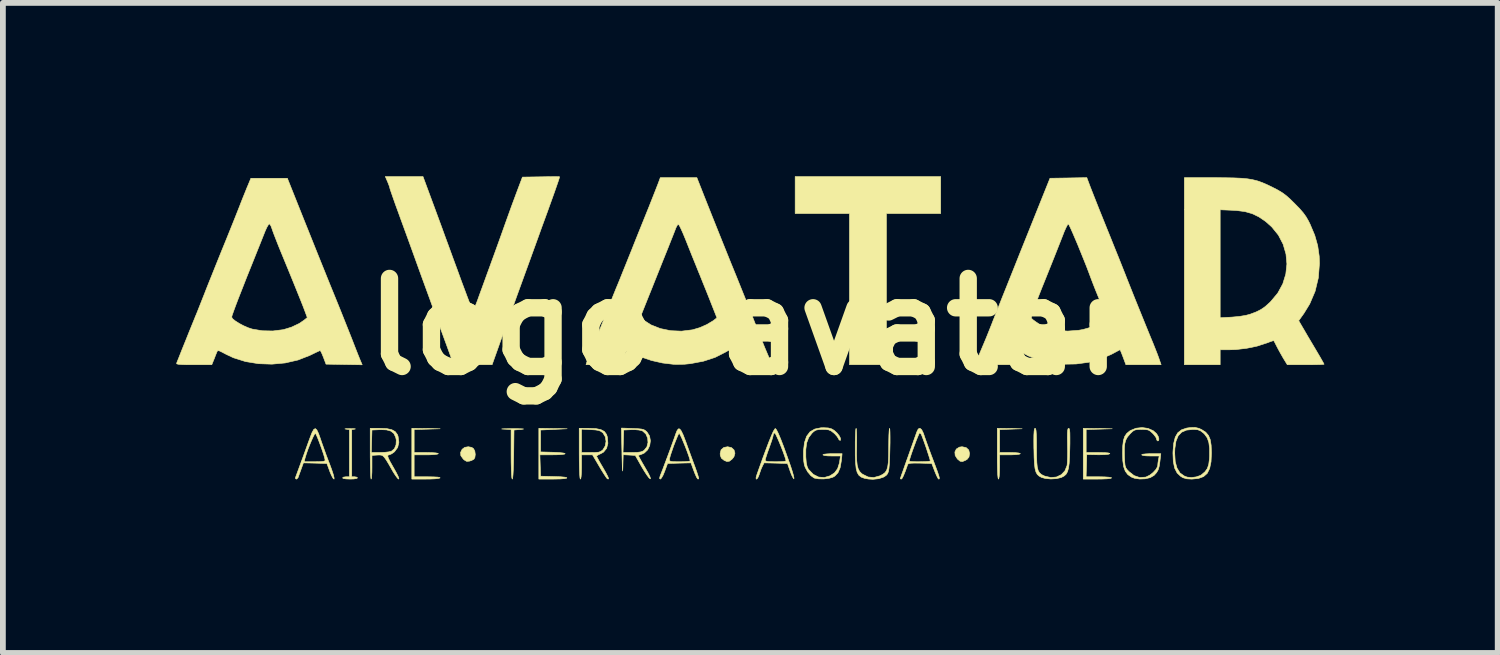
<source format=kicad_pcb>
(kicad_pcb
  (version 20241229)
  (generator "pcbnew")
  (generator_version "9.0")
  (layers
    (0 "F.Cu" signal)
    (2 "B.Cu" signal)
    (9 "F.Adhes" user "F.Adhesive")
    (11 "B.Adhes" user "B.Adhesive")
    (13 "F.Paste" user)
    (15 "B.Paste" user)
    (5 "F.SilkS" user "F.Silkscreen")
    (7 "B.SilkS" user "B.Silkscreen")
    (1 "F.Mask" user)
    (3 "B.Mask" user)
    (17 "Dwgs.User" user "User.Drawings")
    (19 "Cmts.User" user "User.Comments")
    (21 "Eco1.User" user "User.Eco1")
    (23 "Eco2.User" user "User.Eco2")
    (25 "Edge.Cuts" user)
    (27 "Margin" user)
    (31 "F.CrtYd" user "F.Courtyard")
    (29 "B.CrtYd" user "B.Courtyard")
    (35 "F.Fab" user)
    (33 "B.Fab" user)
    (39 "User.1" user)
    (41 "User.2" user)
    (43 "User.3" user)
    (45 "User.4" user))
  (footprint "logo avatar"
    (layer "F.Cu")
    (at 9.932 2.603)
    (property "Reference" "logo avatar" (at 0 0 0) (layer "F.SilkS") (effects (font (size 1.524 1.524) (thickness 0.3))))
    (attr through_hole)
    (fp_poly (pts (xy 3.297 -1.958) (xy 2.358 -1.958) (xy 2.358 0.659) (xy 1.719 0.659) (xy 1.719 -1.958) (xy 0.779 -1.958) (xy 0.779 -2.598) (xy 3.297 -2.598) (xy 3.297 -1.958)) (stroke (width 0.01) (type solid)) (fill yes) (layer "F.SilkS"))
    (fp_poly (pts (xy -0.322 2.094) (xy -0.279 2.134) (xy -0.263 2.19) (xy -0.28 2.251) (xy -0.309 2.289) (xy -0.358 2.328) (xy -0.402 2.334) (xy -0.45 2.314) (xy -0.498 2.276) (xy -0.517 2.226) (xy -0.519 2.195) (xy -0.503 2.131) (xy -0.456 2.091) (xy -0.389 2.078) (xy -0.322 2.094)) (stroke (width 0.01) (type solid)) (fill yes) (layer "F.SilkS"))
    (fp_poly (pts (xy 3.738 2.093) (xy 3.783 2.135) (xy 3.797 2.195) (xy 3.787 2.256) (xy 3.754 2.297) (xy 3.723 2.315) (xy 3.673 2.335) (xy 3.634 2.329) (xy 3.59 2.293) (xy 3.586 2.289) (xy 3.548 2.229) (xy 3.543 2.169) (xy 3.568 2.118) (xy 3.621 2.085) (xy 3.667 2.078) (xy 3.738 2.093)) (stroke (width 0.01) (type solid)) (fill yes) (layer "F.SilkS"))
    (fp_poly (pts (xy -4.818 2.09) (xy -4.788 2.11) (xy -4.765 2.153) (xy -4.757 2.211) (xy -4.764 2.265) (xy -4.781 2.294) (xy -4.819 2.315) (xy -4.86 2.328) (xy -4.907 2.331) (xy -4.949 2.306) (xy -4.965 2.291) (xy -5.007 2.233) (xy -5.011 2.176) (xy -4.985 2.123) (xy -4.94 2.089) (xy -4.878 2.078) (xy -4.818 2.09)) (stroke (width 0.01) (type solid)) (fill yes) (layer "F.SilkS"))
    (fp_poly (pts (xy -4.014 1.766) (xy -3.948 1.768) (xy -3.921 1.771) (xy -3.932 1.774) (xy -3.957 1.777) (xy -4.087 1.789) (xy -4.092 2.213) (xy -4.095 2.358) (xy -4.099 2.477) (xy -4.104 2.565) (xy -4.11 2.62) (xy -4.117 2.638) (xy -4.124 2.618) (xy -4.129 2.562) (xy -4.133 2.471) (xy -4.136 2.349) (xy -4.137 2.209) (xy -4.137 1.78) (xy -4.272 1.773) (xy -4.3 1.771) (xy -4.292 1.769) (xy -4.25 1.767) (xy -4.178 1.766) (xy -4.117 1.766) (xy -4.014 1.766)) (stroke (width 0.01) (type solid)) (fill yes) (layer "F.SilkS"))
    (fp_poly (pts (xy -6.865 1.766) (xy -6.833 1.768) (xy -6.835 1.772) (xy -6.84 1.773) (xy -6.895 1.781) (xy -6.895 2.598) (xy -6.845 2.598) (xy -6.807 2.605) (xy -6.795 2.618) (xy -6.813 2.628) (xy -6.862 2.636) (xy -6.925 2.638) (xy -6.992 2.635) (xy -7.039 2.628) (xy -7.054 2.618) (xy -7.037 2.604) (xy -6.995 2.598) (xy -6.994 2.598) (xy -6.935 2.598) (xy -6.935 1.781) (xy -6.999 1.773) (xy -7.013 1.769) (xy -6.992 1.766) (xy -6.94 1.765) (xy -6.925 1.765) (xy -6.865 1.766)) (stroke (width 0.01) (type solid)) (fill yes) (layer "F.SilkS"))
    (fp_poly (pts (xy -5.366 1.767) (xy -5.591 1.774) (xy -5.815 1.78) (xy -5.815 2.178) (xy -5.606 2.178) (xy -5.51 2.18) (xy -5.44 2.185) (xy -5.401 2.193) (xy -5.396 2.198) (xy -5.415 2.207) (xy -5.468 2.214) (xy -5.551 2.218) (xy -5.606 2.218) (xy -5.815 2.218) (xy -5.815 2.598) (xy -5.584 2.598) (xy -5.477 2.6) (xy -5.404 2.604) (xy -5.369 2.612) (xy -5.366 2.618) (xy -5.39 2.626) (xy -5.447 2.633) (xy -5.53 2.637) (xy -5.617 2.638) (xy -5.855 2.638) (xy -5.855 1.759) (xy -5.366 1.767)) (stroke (width 0.01) (type solid)) (fill yes) (layer "F.SilkS"))
    (fp_poly (pts (xy -3.412 1.763) (xy -3.168 1.767) (xy -3.627 1.789) (xy -3.627 2.168) (xy -3.412 2.174) (xy -3.303 2.179) (xy -3.232 2.187) (xy -3.202 2.196) (xy -3.21 2.205) (xy -3.258 2.213) (xy -3.344 2.217) (xy -3.418 2.218) (xy -3.639 2.218) (xy -3.633 2.403) (xy -3.627 2.588) (xy -3.392 2.594) (xy -3.279 2.598) (xy -3.207 2.605) (xy -3.172 2.614) (xy -3.175 2.622) (xy -3.216 2.63) (xy -3.293 2.636) (xy -3.405 2.638) (xy -3.418 2.638) (xy -3.657 2.638) (xy -3.657 1.759) (xy -3.412 1.763)) (stroke (width 0.01) (type solid)) (fill yes) (layer "F.SilkS"))
    (fp_poly (pts (xy 4.491 1.763) (xy 4.706 1.767) (xy 4.511 1.774) (xy 4.317 1.78) (xy 4.317 2.178) (xy 4.496 2.178) (xy 4.583 2.18) (xy 4.644 2.186) (xy 4.674 2.195) (xy 4.676 2.198) (xy 4.657 2.208) (xy 4.605 2.215) (xy 4.526 2.218) (xy 4.496 2.218) (xy 4.317 2.218) (xy 4.317 2.428) (xy 4.315 2.524) (xy 4.31 2.594) (xy 4.302 2.632) (xy 4.297 2.638) (xy 4.29 2.618) (xy 4.284 2.561) (xy 4.28 2.467) (xy 4.277 2.34) (xy 4.277 2.198) (xy 4.277 1.759) (xy 4.491 1.763)) (stroke (width 0.01) (type solid)) (fill yes) (layer "F.SilkS"))
    (fp_poly (pts (xy 6.015 1.763) (xy 6.265 1.767) (xy 6.04 1.774) (xy 5.815 1.78) (xy 5.815 2.178) (xy 6.026 2.178) (xy 6.131 2.18) (xy 6.196 2.185) (xy 6.224 2.194) (xy 6.224 2.199) (xy 6.198 2.209) (xy 6.138 2.215) (xy 6.049 2.217) (xy 6.018 2.217) (xy 5.825 2.213) (xy 5.82 2.405) (xy 5.814 2.598) (xy 6.035 2.598) (xy 6.134 2.6) (xy 6.207 2.605) (xy 6.248 2.612) (xy 6.255 2.618) (xy 6.236 2.627) (xy 6.181 2.633) (xy 6.095 2.637) (xy 6.01 2.638) (xy 5.765 2.638) (xy 5.765 1.759) (xy 6.015 1.763)) (stroke (width 0.01) (type solid)) (fill yes) (layer "F.SilkS"))
    (fp_poly (pts (xy -2.034 1.762) (xy -1.943 1.766) (xy -1.882 1.772) (xy -1.841 1.782) (xy -1.812 1.799) (xy -1.785 1.823) (xy -1.741 1.892) (xy -1.726 1.974) (xy -1.738 2.057) (xy -1.774 2.132) (xy -1.832 2.187) (xy -1.87 2.205) (xy -1.913 2.22) (xy -1.935 2.229) (xy -1.935 2.229) (xy -1.927 2.247) (xy -1.903 2.292) (xy -1.866 2.358) (xy -1.82 2.437) (xy -1.767 2.529) (xy -1.735 2.594) (xy -1.724 2.629) (xy -1.73 2.634) (xy -1.752 2.615) (xy -1.787 2.568) (xy -1.831 2.501) (xy -1.875 2.428) (xy -1.988 2.228) (xy -2.093 2.222) (xy -2.197 2.216) (xy -2.203 2.432) (xy -2.205 2.485) (xy -2.208 2.498) (xy -2.21 2.472) (xy -2.213 2.408) (xy -2.216 2.305) (xy -2.219 2.202) (xy -2.219 2.178) (xy -2.2 2.178) (xy -2.042 2.178) (xy -1.954 2.176) (xy -1.896 2.168) (xy -1.855 2.153) (xy -1.834 2.139) (xy -1.787 2.08) (xy -1.768 2.006) (xy -1.774 1.929) (xy -1.804 1.859) (xy -1.857 1.809) (xy -1.873 1.801) (xy -1.924 1.789) (xy -1.998 1.782) (xy -2.06 1.783) (xy -2.188 1.789) (xy -2.194 1.983) (xy -2.2 2.178) (xy -2.219 2.178) (xy -2.228 1.755) (xy -2.034 1.762)) (stroke (width 0.01) (type solid)) (fill yes) (layer "F.SilkS"))
    (fp_poly (pts (xy -2.793 1.759) (xy -2.671 1.764) (xy -2.583 1.782) (xy -2.523 1.814) (xy -2.486 1.864) (xy -2.47 1.914) (xy -2.462 2.02) (xy -2.485 2.107) (xy -2.537 2.171) (xy -2.579 2.195) (xy -2.627 2.218) (xy -2.655 2.237) (xy -2.658 2.241) (xy -2.648 2.262) (xy -2.622 2.311) (xy -2.584 2.378) (xy -2.548 2.439) (xy -2.495 2.532) (xy -2.463 2.594) (xy -2.45 2.628) (xy -2.457 2.638) (xy -2.474 2.63) (xy -2.491 2.609) (xy -2.523 2.561) (xy -2.566 2.493) (xy -2.61 2.419) (xy -2.728 2.218) (xy -2.918 2.218) (xy -2.918 2.428) (xy -2.92 2.524) (xy -2.925 2.594) (xy -2.932 2.632) (xy -2.938 2.638) (xy -2.945 2.618) (xy -2.95 2.561) (xy -2.954 2.467) (xy -2.957 2.34) (xy -2.958 2.198) (xy -2.958 2.178) (xy -2.918 2.178) (xy -2.757 2.178) (xy -2.674 2.177) (xy -2.62 2.172) (xy -2.585 2.159) (xy -2.556 2.138) (xy -2.547 2.129) (xy -2.508 2.064) (xy -2.494 1.985) (xy -2.507 1.906) (xy -2.546 1.841) (xy -2.55 1.837) (xy -2.583 1.812) (xy -2.622 1.796) (xy -2.68 1.787) (xy -2.759 1.782) (xy -2.918 1.774) (xy -2.918 2.178) (xy -2.958 2.178) (xy -2.958 1.759) (xy -2.793 1.759)) (stroke (width 0.01) (type solid)) (fill yes) (layer "F.SilkS"))
    (fp_poly (pts (xy 2.417 1.778) (xy 2.42 1.83) (xy 2.421 1.911) (xy 2.421 2.012) (xy 2.418 2.13) (xy 2.418 2.135) (xy 2.414 2.275) (xy 2.409 2.38) (xy 2.402 2.457) (xy 2.392 2.511) (xy 2.376 2.548) (xy 2.355 2.573) (xy 2.326 2.593) (xy 2.31 2.603) (xy 2.227 2.631) (xy 2.125 2.642) (xy 2.048 2.637) (xy 1.977 2.624) (xy 1.921 2.603) (xy 1.881 2.571) (xy 1.852 2.522) (xy 1.834 2.452) (xy 1.824 2.355) (xy 1.819 2.227) (xy 1.819 2.109) (xy 1.819 1.996) (xy 1.822 1.898) (xy 1.825 1.821) (xy 1.829 1.773) (xy 1.834 1.759) (xy 1.838 1.777) (xy 1.842 1.829) (xy 1.844 1.907) (xy 1.843 2.004) (xy 1.843 2.058) (xy 1.841 2.204) (xy 1.844 2.316) (xy 1.853 2.399) (xy 1.87 2.461) (xy 1.894 2.506) (xy 1.928 2.541) (xy 1.946 2.554) (xy 2.043 2.602) (xy 2.14 2.611) (xy 2.244 2.582) (xy 2.246 2.581) (xy 2.297 2.555) (xy 2.335 2.525) (xy 2.362 2.485) (xy 2.38 2.428) (xy 2.391 2.35) (xy 2.396 2.244) (xy 2.398 2.105) (xy 2.398 2.079) (xy 2.399 1.971) (xy 2.401 1.878) (xy 2.405 1.808) (xy 2.41 1.767) (xy 2.413 1.759) (xy 2.417 1.778)) (stroke (width 0.01) (type solid)) (fill yes) (layer "F.SilkS"))
    (fp_poly (pts (xy 5.522 1.766) (xy 5.529 1.791) (xy 5.533 1.838) (xy 5.534 1.913) (xy 5.534 2.02) (xy 5.532 2.103) (xy 5.528 2.252) (xy 5.521 2.366) (xy 5.509 2.451) (xy 5.491 2.512) (xy 5.466 2.556) (xy 5.431 2.586) (xy 5.385 2.61) (xy 5.303 2.63) (xy 5.204 2.636) (xy 5.107 2.627) (xy 5.042 2.609) (xy 5.001 2.586) (xy 4.969 2.557) (xy 4.946 2.515) (xy 4.93 2.456) (xy 4.92 2.373) (xy 4.914 2.261) (xy 4.911 2.115) (xy 4.91 2.108) (xy 4.909 1.976) (xy 4.91 1.879) (xy 4.914 1.813) (xy 4.919 1.775) (xy 4.928 1.759) (xy 4.931 1.759) (xy 4.941 1.768) (xy 4.948 1.801) (xy 4.952 1.86) (xy 4.955 1.95) (xy 4.956 2.075) (xy 4.956 2.099) (xy 4.957 2.243) (xy 4.961 2.351) (xy 4.969 2.432) (xy 4.984 2.489) (xy 5.007 2.529) (xy 5.039 2.558) (xy 5.083 2.58) (xy 5.1 2.587) (xy 5.204 2.611) (xy 5.301 2.602) (xy 5.384 2.562) (xy 5.447 2.496) (xy 5.483 2.407) (xy 5.486 2.393) (xy 5.49 2.341) (xy 5.493 2.26) (xy 5.494 2.16) (xy 5.492 2.051) (xy 5.492 2.033) (xy 5.49 1.92) (xy 5.491 1.841) (xy 5.495 1.791) (xy 5.502 1.765) (xy 5.512 1.759) (xy 5.522 1.766)) (stroke (width 0.01) (type solid)) (fill yes) (layer "F.SilkS"))
    (fp_poly (pts (xy 7.767 1.76) (xy 7.814 1.782) (xy 7.883 1.826) (xy 7.931 1.882) (xy 7.962 1.955) (xy 7.978 2.053) (xy 7.983 2.182) (xy 7.983 2.188) (xy 7.976 2.338) (xy 7.952 2.454) (xy 7.91 2.539) (xy 7.846 2.595) (xy 7.759 2.627) (xy 7.646 2.638) (xy 7.639 2.638) (xy 7.554 2.633) (xy 7.491 2.614) (xy 7.453 2.592) (xy 7.389 2.532) (xy 7.346 2.447) (xy 7.323 2.335) (xy 7.317 2.191) (xy 7.317 2.188) (xy 7.347 2.188) (xy 7.356 2.335) (xy 7.387 2.448) (xy 7.439 2.532) (xy 7.515 2.586) (xy 7.564 2.604) (xy 7.637 2.611) (xy 7.72 2.6) (xy 7.792 2.575) (xy 7.811 2.563) (xy 7.872 2.511) (xy 7.912 2.455) (xy 7.936 2.385) (xy 7.948 2.292) (xy 7.951 2.241) (xy 7.951 2.107) (xy 7.938 2.005) (xy 7.911 1.926) (xy 7.866 1.863) (xy 7.843 1.84) (xy 7.794 1.803) (xy 7.746 1.784) (xy 7.682 1.779) (xy 7.662 1.779) (xy 7.552 1.79) (xy 7.468 1.826) (xy 7.407 1.89) (xy 7.369 1.983) (xy 7.35 2.109) (xy 7.347 2.188) (xy 7.317 2.188) (xy 7.318 2.158) (xy 7.33 2.018) (xy 7.357 1.912) (xy 7.401 1.836) (xy 7.466 1.785) (xy 7.555 1.755) (xy 7.62 1.746) (xy 7.7 1.744) (xy 7.767 1.76)) (stroke (width 0.01) (type solid)) (fill yes) (layer "F.SilkS"))
    (fp_poly (pts (xy -7.499 1.787) (xy -7.47 1.848) (xy -7.443 1.922) (xy -7.415 2.005) (xy -7.377 2.111) (xy -7.334 2.23) (xy -7.29 2.346) (xy -7.283 2.363) (xy -7.243 2.471) (xy -7.215 2.556) (xy -7.201 2.612) (xy -7.2 2.637) (xy -7.202 2.638) (xy -7.22 2.621) (xy -7.245 2.575) (xy -7.273 2.51) (xy -7.275 2.503) (xy -7.325 2.368) (xy -7.528 2.362) (xy -7.731 2.357) (xy -7.773 2.472) (xy -7.797 2.538) (xy -7.816 2.59) (xy -7.824 2.613) (xy -7.846 2.636) (xy -7.855 2.638) (xy -7.871 2.624) (xy -7.869 2.613) (xy -7.859 2.586) (xy -7.838 2.529) (xy -7.809 2.45) (xy -7.775 2.357) (xy -7.768 2.338) (xy -7.718 2.338) (xy -7.536 2.338) (xy -7.443 2.336) (xy -7.385 2.331) (xy -7.358 2.321) (xy -7.355 2.313) (xy -7.362 2.279) (xy -7.379 2.219) (xy -7.404 2.144) (xy -7.433 2.062) (xy -7.463 1.982) (xy -7.49 1.913) (xy -7.512 1.865) (xy -7.524 1.845) (xy -7.538 1.86) (xy -7.561 1.904) (xy -7.591 1.97) (xy -7.623 2.047) (xy -7.655 2.129) (xy -7.682 2.207) (xy -7.702 2.272) (xy -7.705 2.283) (xy -7.718 2.338) (xy -7.768 2.338) (xy -7.727 2.227) (xy -7.685 2.111) (xy -7.647 2.005) (xy -7.619 1.929) (xy -7.583 1.835) (xy -7.553 1.78) (xy -7.526 1.764) (xy -7.499 1.787)) (stroke (width 0.01) (type solid)) (fill yes) (layer "F.SilkS"))
    (fp_poly (pts (xy -1.219 1.77) (xy -1.192 1.805) (xy -1.159 1.874) (xy -1.118 1.981) (xy -1.115 1.988) (xy -1.073 2.105) (xy -1.025 2.236) (xy -0.979 2.361) (xy -0.958 2.417) (xy -0.928 2.501) (xy -0.905 2.571) (xy -0.891 2.618) (xy -0.89 2.635) (xy -0.906 2.636) (xy -0.927 2.607) (xy -0.955 2.544) (xy -0.979 2.482) (xy -1.025 2.357) (xy -1.227 2.362) (xy -1.429 2.368) (xy -1.479 2.503) (xy -1.506 2.569) (xy -1.533 2.617) (xy -1.552 2.638) (xy -1.553 2.638) (xy -1.568 2.628) (xy -1.561 2.595) (xy -1.557 2.583) (xy -1.513 2.47) (xy -1.467 2.347) (xy -1.45 2.303) (xy -1.398 2.303) (xy -1.394 2.32) (xy -1.376 2.33) (xy -1.337 2.336) (xy -1.27 2.338) (xy -1.219 2.338) (xy -1.14 2.337) (xy -1.078 2.332) (xy -1.043 2.327) (xy -1.039 2.323) (xy -1.045 2.292) (xy -1.063 2.236) (xy -1.089 2.163) (xy -1.12 2.082) (xy -1.153 2.002) (xy -1.183 1.93) (xy -1.209 1.876) (xy -1.225 1.848) (xy -1.229 1.845) (xy -1.243 1.865) (xy -1.265 1.915) (xy -1.293 1.984) (xy -1.324 2.063) (xy -1.352 2.145) (xy -1.377 2.218) (xy -1.393 2.275) (xy -1.398 2.303) (xy -1.45 2.303) (xy -1.42 2.222) (xy -1.376 2.103) (xy -1.338 1.998) (xy -1.308 1.915) (xy -1.29 1.862) (xy -1.266 1.801) (xy -1.243 1.769) (xy -1.219 1.77)) (stroke (width 0.01) (type solid)) (fill yes) (layer "F.SilkS"))
    (fp_poly (pts (xy -6.291 1.764) (xy -6.203 1.783) (xy -6.143 1.816) (xy -6.104 1.868) (xy -6.093 1.899) (xy -6.079 2.001) (xy -6.1 2.091) (xy -6.154 2.164) (xy -6.157 2.167) (xy -6.203 2.2) (xy -6.241 2.217) (xy -6.247 2.218) (xy -6.266 2.223) (xy -6.272 2.241) (xy -6.261 2.276) (xy -6.233 2.333) (xy -6.185 2.418) (xy -6.166 2.451) (xy -6.121 2.532) (xy -6.091 2.593) (xy -6.079 2.63) (xy -6.082 2.638) (xy -6.103 2.622) (xy -6.136 2.578) (xy -6.177 2.515) (xy -6.195 2.483) (xy -6.253 2.381) (xy -6.296 2.31) (xy -6.329 2.263) (xy -6.357 2.235) (xy -6.385 2.223) (xy -6.418 2.221) (xy -6.452 2.222) (xy -6.545 2.228) (xy -6.545 2.433) (xy -6.546 2.518) (xy -6.55 2.586) (xy -6.555 2.628) (xy -6.56 2.638) (xy -6.564 2.619) (xy -6.568 2.566) (xy -6.571 2.484) (xy -6.573 2.379) (xy -6.575 2.257) (xy -6.575 2.198) (xy -6.575 2.178) (xy -6.556 2.178) (xy -6.407 2.178) (xy -6.326 2.175) (xy -6.255 2.167) (xy -6.208 2.156) (xy -6.207 2.155) (xy -6.156 2.112) (xy -6.128 2.044) (xy -6.124 1.962) (xy -6.134 1.916) (xy -6.165 1.85) (xy -6.217 1.808) (xy -6.295 1.786) (xy -6.403 1.782) (xy -6.411 1.783) (xy -6.545 1.789) (xy -6.551 1.983) (xy -6.556 2.178) (xy -6.575 2.178) (xy -6.575 1.759) (xy -6.413 1.759) (xy -6.291 1.764)) (stroke (width 0.01) (type solid)) (fill yes) (layer "F.SilkS"))
    (fp_poly (pts (xy 0.456 1.785) (xy 0.486 1.845) (xy 0.527 1.941) (xy 0.578 2.073) (xy 0.639 2.241) (xy 0.7 2.414) (xy 0.728 2.501) (xy 0.748 2.571) (xy 0.758 2.617) (xy 0.757 2.634) (xy 0.757 2.634) (xy 0.74 2.612) (xy 0.716 2.564) (xy 0.691 2.498) (xy 0.691 2.497) (xy 0.646 2.368) (xy 0.444 2.362) (xy 0.242 2.357) (xy 0.213 2.412) (xy 0.188 2.468) (xy 0.164 2.537) (xy 0.159 2.553) (xy 0.14 2.602) (xy 0.12 2.632) (xy 0.105 2.639) (xy 0.102 2.617) (xy 0.107 2.593) (xy 0.117 2.561) (xy 0.139 2.498) (xy 0.17 2.411) (xy 0.206 2.311) (xy 0.26 2.311) (xy 0.269 2.325) (xy 0.302 2.333) (xy 0.363 2.337) (xy 0.44 2.338) (xy 0.519 2.337) (xy 0.58 2.333) (xy 0.615 2.327) (xy 0.62 2.323) (xy 0.613 2.29) (xy 0.594 2.232) (xy 0.567 2.157) (xy 0.535 2.075) (xy 0.502 1.994) (xy 0.47 1.922) (xy 0.445 1.868) (xy 0.428 1.841) (xy 0.425 1.839) (xy 0.403 1.855) (xy 0.4 1.874) (xy 0.393 1.906) (xy 0.375 1.967) (xy 0.348 2.044) (xy 0.33 2.096) (xy 0.3 2.178) (xy 0.277 2.248) (xy 0.262 2.296) (xy 0.26 2.311) (xy 0.206 2.311) (xy 0.208 2.304) (xy 0.252 2.186) (xy 0.264 2.153) (xy 0.321 2.002) (xy 0.367 1.889) (xy 0.401 1.812) (xy 0.426 1.771) (xy 0.437 1.763) (xy 0.456 1.785)) (stroke (width 0.01) (type solid)) (fill yes) (layer "F.SilkS"))
    (fp_poly (pts (xy 1.351 1.753) (xy 1.41 1.769) (xy 1.454 1.795) (xy 1.501 1.837) (xy 1.54 1.886) (xy 1.563 1.93) (xy 1.565 1.962) (xy 1.56 1.968) (xy 1.54 1.961) (xy 1.529 1.94) (xy 1.507 1.903) (xy 1.466 1.857) (xy 1.447 1.84) (xy 1.402 1.805) (xy 1.358 1.786) (xy 1.301 1.779) (xy 1.256 1.779) (xy 1.186 1.781) (xy 1.139 1.791) (xy 1.101 1.814) (xy 1.069 1.845) (xy 1.013 1.919) (xy 0.978 2.011) (xy 0.963 2.127) (xy 0.963 2.254) (xy 0.971 2.35) (xy 0.985 2.417) (xy 1.005 2.463) (xy 1.012 2.472) (xy 1.094 2.557) (xy 1.185 2.603) (xy 1.283 2.611) (xy 1.383 2.581) (xy 1.462 2.528) (xy 1.514 2.457) (xy 1.545 2.359) (xy 1.549 2.333) (xy 1.563 2.238) (xy 1.411 2.238) (xy 1.335 2.236) (xy 1.281 2.229) (xy 1.259 2.219) (xy 1.259 2.218) (xy 1.278 2.208) (xy 1.329 2.202) (xy 1.406 2.198) (xy 1.425 2.198) (xy 1.591 2.198) (xy 1.578 2.323) (xy 1.557 2.442) (xy 1.52 2.528) (xy 1.465 2.586) (xy 1.432 2.605) (xy 1.364 2.625) (xy 1.276 2.635) (xy 1.188 2.634) (xy 1.117 2.622) (xy 1.107 2.619) (xy 1.051 2.579) (xy 0.996 2.514) (xy 0.953 2.436) (xy 0.938 2.393) (xy 0.928 2.332) (xy 0.923 2.248) (xy 0.923 2.158) (xy 0.923 2.149) (xy 0.94 2.007) (xy 0.977 1.898) (xy 1.036 1.82) (xy 1.118 1.772) (xy 1.225 1.75) (xy 1.269 1.749) (xy 1.351 1.753)) (stroke (width 0.01) (type solid)) (fill yes) (layer "F.SilkS"))
    (fp_poly (pts (xy 2.968 1.783) (xy 2.999 1.846) (xy 3.008 1.874) (xy 3.028 1.933) (xy 3.059 2.019) (xy 3.097 2.124) (xy 3.139 2.237) (xy 3.161 2.294) (xy 3.207 2.416) (xy 3.24 2.505) (xy 3.261 2.567) (xy 3.272 2.606) (xy 3.274 2.628) (xy 3.27 2.637) (xy 3.262 2.638) (xy 3.248 2.621) (xy 3.225 2.575) (xy 3.198 2.511) (xy 3.195 2.503) (xy 3.143 2.368) (xy 2.94 2.362) (xy 2.841 2.361) (xy 2.776 2.364) (xy 2.74 2.372) (xy 2.728 2.382) (xy 2.685 2.502) (xy 2.652 2.583) (xy 2.628 2.628) (xy 2.617 2.638) (xy 2.598 2.633) (xy 2.598 2.632) (xy 2.604 2.612) (xy 2.622 2.56) (xy 2.65 2.483) (xy 2.684 2.385) (xy 2.707 2.321) (xy 2.753 2.321) (xy 2.753 2.327) (xy 2.778 2.333) (xy 2.829 2.337) (xy 2.897 2.338) (xy 2.97 2.337) (xy 3.039 2.335) (xy 3.091 2.331) (xy 3.117 2.325) (xy 3.118 2.323) (xy 3.111 2.296) (xy 3.094 2.241) (xy 3.07 2.167) (xy 3.043 2.085) (xy 3.014 2.003) (xy 2.988 1.932) (xy 2.968 1.88) (xy 2.958 1.859) (xy 2.938 1.839) (xy 2.931 1.839) (xy 2.918 1.864) (xy 2.896 1.916) (xy 2.868 1.987) (xy 2.838 2.068) (xy 2.808 2.15) (xy 2.782 2.226) (xy 2.763 2.286) (xy 2.753 2.321) (xy 2.707 2.321) (xy 2.724 2.273) (xy 2.73 2.257) (xy 2.772 2.138) (xy 2.811 2.029) (xy 2.844 1.935) (xy 2.869 1.865) (xy 2.883 1.824) (xy 2.883 1.824) (xy 2.909 1.771) (xy 2.938 1.758) (xy 2.968 1.783)) (stroke (width 0.01) (type solid)) (fill yes) (layer "F.SilkS"))
    (fp_poly (pts (xy 6.886 1.761) (xy 6.976 1.801) (xy 7.034 1.853) (xy 7.062 1.9) (xy 7.074 1.944) (xy 7.067 1.973) (xy 7.054 1.978) (xy 7.037 1.962) (xy 7.034 1.946) (xy 7.021 1.914) (xy 6.987 1.869) (xy 6.967 1.847) (xy 6.925 1.809) (xy 6.888 1.788) (xy 6.839 1.78) (xy 6.774 1.779) (xy 6.703 1.78) (xy 6.657 1.789) (xy 6.62 1.811) (xy 6.577 1.853) (xy 6.573 1.858) (xy 6.529 1.91) (xy 6.5 1.963) (xy 6.483 2.027) (xy 6.476 2.11) (xy 6.477 2.221) (xy 6.478 2.256) (xy 6.482 2.343) (xy 6.488 2.4) (xy 6.5 2.439) (xy 6.521 2.472) (xy 6.554 2.507) (xy 6.645 2.578) (xy 6.742 2.611) (xy 6.843 2.604) (xy 6.853 2.601) (xy 6.914 2.571) (xy 6.974 2.524) (xy 7.024 2.469) (xy 7.052 2.418) (xy 7.054 2.4) (xy 7.058 2.354) (xy 7.067 2.301) (xy 7.079 2.238) (xy 6.927 2.238) (xy 6.851 2.236) (xy 6.797 2.229) (xy 6.775 2.219) (xy 6.775 2.218) (xy 6.793 2.208) (xy 6.845 2.202) (xy 6.922 2.198) (xy 6.941 2.198) (xy 7.107 2.198) (xy 7.092 2.328) (xy 7.079 2.417) (xy 7.061 2.478) (xy 7.034 2.525) (xy 6.993 2.571) (xy 6.985 2.577) (xy 6.923 2.613) (xy 6.838 2.633) (xy 6.743 2.637) (xy 6.653 2.624) (xy 6.596 2.602) (xy 6.535 2.559) (xy 6.492 2.501) (xy 6.464 2.424) (xy 6.449 2.32) (xy 6.445 2.188) (xy 6.448 2.062) (xy 6.46 1.967) (xy 6.483 1.898) (xy 6.519 1.846) (xy 6.571 1.804) (xy 6.58 1.798) (xy 6.677 1.758) (xy 6.783 1.746) (xy 6.886 1.761)) (stroke (width 0.01) (type solid)) (fill yes) (layer "F.SilkS"))
    (fp_poly (pts (xy 8.029 -2.578) (xy 8.218 -2.577) (xy 8.374 -2.574) (xy 8.502 -2.568) (xy 8.609 -2.558) (xy 8.701 -2.542) (xy 8.784 -2.521) (xy 8.865 -2.492) (xy 8.95 -2.455) (xy 9.033 -2.415) (xy 9.13 -2.365) (xy 9.207 -2.319) (xy 9.276 -2.268) (xy 9.348 -2.204) (xy 9.425 -2.128) (xy 9.51 -2.041) (xy 9.573 -1.968) (xy 9.621 -1.901) (xy 9.664 -1.826) (xy 9.691 -1.771) (xy 9.771 -1.581) (xy 9.822 -1.401) (xy 9.848 -1.218) (xy 9.852 -1.091) (xy 9.833 -0.845) (xy 9.777 -0.612) (xy 9.684 -0.394) (xy 9.583 -0.229) (xy 9.493 -0.103) (xy 9.596 0.073) (xy 9.653 0.171) (xy 9.72 0.284) (xy 9.786 0.395) (xy 9.816 0.446) (xy 9.862 0.524) (xy 9.899 0.589) (xy 9.924 0.634) (xy 9.932 0.65) (xy 9.913 0.653) (xy 9.861 0.656) (xy 9.782 0.658) (xy 9.684 0.659) (xy 9.614 0.659) (xy 9.296 0.659) (xy 9.226 0.545) (xy 9.182 0.468) (xy 9.138 0.388) (xy 9.113 0.34) (xy 9.086 0.287) (xy 9.067 0.251) (xy 9.062 0.243) (xy 9.042 0.246) (xy 8.995 0.262) (xy 8.931 0.286) (xy 8.929 0.286) (xy 8.773 0.337) (xy 8.595 0.374) (xy 8.411 0.396) (xy 8.301 0.4) (xy 8.134 0.4) (xy 8.134 0.659) (xy 7.514 0.659) (xy 7.514 -0.154) (xy 8.134 -0.154) (xy 8.338 -0.165) (xy 8.468 -0.177) (xy 8.581 -0.196) (xy 8.655 -0.216) (xy 8.76 -0.256) (xy 8.841 -0.297) (xy 8.913 -0.347) (xy 8.99 -0.416) (xy 9.009 -0.435) (xy 9.131 -0.581) (xy 9.218 -0.741) (xy 9.27 -0.91) (xy 9.289 -1.084) (xy 9.273 -1.257) (xy 9.224 -1.426) (xy 9.142 -1.584) (xy 9.026 -1.727) (xy 8.919 -1.822) (xy 8.802 -1.901) (xy 8.687 -1.956) (xy 8.564 -1.991) (xy 8.42 -2.01) (xy 8.348 -2.014) (xy 8.134 -2.023) (xy 8.134 -0.154) (xy 7.514 -0.154) (xy 7.514 -2.578) (xy 8.029 -2.578)) (stroke (width 0.01) (type solid)) (fill yes) (layer "F.SilkS"))
    (fp_poly (pts (xy -5.516 -2.203) (xy -5.46 -2.052) (xy -5.397 -1.881) (xy -5.333 -1.707) (xy -5.274 -1.544) (xy -5.235 -1.439) (xy -5.144 -1.189) (xy -5.065 -0.975) (xy -4.999 -0.793) (xy -4.943 -0.644) (xy -4.898 -0.523) (xy -4.862 -0.429) (xy -4.834 -0.36) (xy -4.815 -0.313) (xy -4.802 -0.287) (xy -4.796 -0.28) (xy -4.784 -0.297) (xy -4.762 -0.345) (xy -4.734 -0.414) (xy -4.711 -0.475) (xy -4.684 -0.551) (xy -4.645 -0.657) (xy -4.599 -0.783) (xy -4.549 -0.921) (xy -4.497 -1.063) (xy -4.477 -1.119) (xy -4.424 -1.264) (xy -4.37 -1.413) (xy -4.318 -1.558) (xy -4.272 -1.687) (xy -4.235 -1.791) (xy -4.225 -1.819) (xy -4.181 -1.941) (xy -4.13 -2.083) (xy -4.078 -2.223) (xy -4.039 -2.328) (xy -3.941 -2.588) (xy -3.619 -2.593) (xy -3.511 -2.595) (xy -3.418 -2.596) (xy -3.348 -2.596) (xy -3.306 -2.595) (xy -3.298 -2.593) (xy -3.304 -2.569) (xy -3.322 -2.514) (xy -3.35 -2.433) (xy -3.385 -2.332) (xy -3.426 -2.218) (xy -3.47 -2.096) (xy -3.514 -1.973) (xy -3.516 -1.968) (xy -3.559 -1.85) (xy -3.612 -1.706) (xy -3.669 -1.547) (xy -3.728 -1.384) (xy -3.784 -1.23) (xy -3.795 -1.199) (xy -3.852 -1.042) (xy -3.915 -0.869) (xy -3.979 -0.693) (xy -4.039 -0.528) (xy -4.09 -0.385) (xy -4.096 -0.37) (xy -4.149 -0.224) (xy -4.207 -0.064) (xy -4.265 0.098) (xy -4.319 0.246) (xy -4.35 0.334) (xy -4.466 0.659) (xy -4.798 0.659) (xy -5.13 0.659) (xy -5.244 0.345) (xy -5.402 -0.086) (xy -5.547 -0.487) (xy -5.681 -0.854) (xy -5.801 -1.186) (xy -5.802 -1.189) (xy -5.858 -1.344) (xy -5.921 -1.518) (xy -5.986 -1.696) (xy -6.047 -1.863) (xy -6.094 -1.993) (xy -6.137 -2.11) (xy -6.174 -2.215) (xy -6.204 -2.301) (xy -6.225 -2.362) (xy -6.235 -2.394) (xy -6.235 -2.396) (xy -6.242 -2.424) (xy -6.261 -2.474) (xy -6.274 -2.506) (xy -6.314 -2.598) (xy -5.662 -2.598) (xy -5.516 -2.203)) (stroke (width 0.01) (type solid)) (fill yes) (layer "F.SilkS"))
    (fp_poly (pts (xy -0.802 -2.273) (xy -0.653 -1.898) (xy -0.497 -1.508) (xy -0.33 -1.093) (xy -0.32 -1.069) (xy -0.24 -0.873) (xy -0.174 -0.709) (xy -0.119 -0.572) (xy -0.073 -0.459) (xy -0.035 -0.364) (xy -0.003 -0.283) (xy 0.026 -0.21) (xy 0.052 -0.142) (xy 0.079 -0.074) (xy 0.1 -0.02) (xy 0.147 0.1) (xy 0.2 0.232) (xy 0.251 0.358) (xy 0.288 0.445) (xy 0.379 0.66) (xy 0.066 0.655) (xy -0.246 0.649) (xy -0.296 0.53) (xy -0.323 0.467) (xy -0.343 0.422) (xy -0.351 0.403) (xy -0.369 0.409) (xy -0.409 0.43) (xy -0.433 0.444) (xy -0.607 0.532) (xy -0.809 0.598) (xy -1.032 0.64) (xy -1.141 0.651) (xy -1.322 0.652) (xy -1.515 0.629) (xy -1.706 0.586) (xy -1.883 0.526) (xy -2.02 0.459) (xy -2.077 0.426) (xy -2.115 0.414) (xy -2.141 0.427) (xy -2.163 0.469) (xy -2.189 0.544) (xy -2.192 0.555) (xy -2.226 0.659) (xy -2.84 0.659) (xy -2.827 0.615) (xy -2.815 0.582) (xy -2.791 0.519) (xy -2.757 0.433) (xy -2.716 0.332) (xy -2.683 0.25) (xy -2.632 0.123) (xy -2.578 -0.011) (xy -2.527 -0.14) (xy -2.519 -0.16) (xy -1.903 -0.16) (xy -1.856 -0.121) (xy -1.717 -0.031) (xy -1.555 0.033) (xy -1.376 0.07) (xy -1.188 0.078) (xy -1 0.055) (xy -0.989 0.052) (xy -0.871 0.017) (xy -0.751 -0.036) (xy -0.647 -0.098) (xy -0.622 -0.116) (xy -0.575 -0.153) (xy -0.669 -0.391) (xy -0.711 -0.498) (xy -0.763 -0.628) (xy -0.819 -0.766) (xy -0.872 -0.899) (xy -0.889 -0.939) (xy -0.942 -1.071) (xy -1.001 -1.216) (xy -1.058 -1.359) (xy -1.108 -1.485) (xy -1.12 -1.514) (xy -1.159 -1.609) (xy -1.194 -1.687) (xy -1.222 -1.744) (xy -1.241 -1.772) (xy -1.245 -1.773) (xy -1.263 -1.752) (xy -1.286 -1.707) (xy -1.293 -1.688) (xy -1.31 -1.644) (xy -1.339 -1.57) (xy -1.377 -1.475) (xy -1.42 -1.366) (xy -1.459 -1.269) (xy -1.513 -1.135) (xy -1.576 -0.977) (xy -1.642 -0.812) (xy -1.706 -0.651) (xy -1.749 -0.545) (xy -1.903 -0.16) (xy -2.519 -0.16) (xy -2.484 -0.25) (xy -2.468 -0.29) (xy -2.422 -0.407) (xy -2.369 -0.541) (xy -2.317 -0.669) (xy -2.292 -0.729) (xy -2.256 -0.817) (xy -2.21 -0.932) (xy -2.156 -1.065) (xy -2.1 -1.205) (xy -2.044 -1.343) (xy -2.038 -1.359) (xy -1.98 -1.505) (xy -1.917 -1.662) (xy -1.854 -1.818) (xy -1.796 -1.962) (xy -1.749 -2.078) (xy -1.705 -2.19) (xy -1.663 -2.296) (xy -1.627 -2.388) (xy -1.6 -2.457) (xy -1.59 -2.483) (xy -1.555 -2.578) (xy -0.922 -2.578) (xy -0.802 -2.273)) (stroke (width 0.01) (type solid)) (fill yes) (layer "F.SilkS"))
    (fp_poly (pts (xy 5.888 -2.414) (xy 5.912 -2.353) (xy 5.948 -2.261) (xy 5.994 -2.145) (xy 6.047 -2.011) (xy 6.106 -1.865) (xy 6.167 -1.713) (xy 6.185 -1.669) (xy 6.248 -1.513) (xy 6.31 -1.358) (xy 6.37 -1.21) (xy 6.423 -1.077) (xy 6.467 -0.966) (xy 6.5 -0.883) (xy 6.505 -0.869) (xy 6.575 -0.693) (xy 6.656 -0.49) (xy 6.745 -0.27) (xy 6.837 -0.043) (xy 6.928 0.18) (xy 6.972 0.286) (xy 7.013 0.389) (xy 7.048 0.478) (xy 7.072 0.543) (xy 7.076 0.555) (xy 7.112 0.659) (xy 6.503 0.659) (xy 6.455 0.53) (xy 6.43 0.465) (xy 6.411 0.419) (xy 6.402 0.4) (xy 6.402 0.4) (xy 6.384 0.408) (xy 6.339 0.432) (xy 6.276 0.466) (xy 6.251 0.479) (xy 6.063 0.561) (xy 5.856 0.617) (xy 5.639 0.646) (xy 5.418 0.65) (xy 5.201 0.627) (xy 4.996 0.579) (xy 4.811 0.505) (xy 4.748 0.47) (xy 4.687 0.436) (xy 4.64 0.416) (xy 4.616 0.414) (xy 4.616 0.414) (xy 4.602 0.44) (xy 4.579 0.491) (xy 4.557 0.545) (xy 4.512 0.659) (xy 3.899 0.659) (xy 3.925 0.585) (xy 3.944 0.534) (xy 3.974 0.459) (xy 4.011 0.371) (xy 4.037 0.31) (xy 4.084 0.198) (xy 4.135 0.071) (xy 4.183 -0.05) (xy 4.198 -0.09) (xy 4.22 -0.145) (xy 4.222 -0.149) (xy 4.867 -0.149) (xy 4.869 -0.144) (xy 4.894 -0.12) (xy 4.943 -0.084) (xy 4.997 -0.048) (xy 5.142 0.021) (xy 5.31 0.062) (xy 5.494 0.077) (xy 5.684 0.063) (xy 5.757 0.05) (xy 5.848 0.025) (xy 5.939 -0.009) (xy 6.004 -0.04) (xy 6.071 -0.079) (xy 6.118 -0.11) (xy 6.145 -0.138) (xy 6.154 -0.172) (xy 6.145 -0.22) (xy 6.12 -0.288) (xy 6.08 -0.384) (xy 6.064 -0.422) (xy 6.019 -0.531) (xy 5.975 -0.639) (xy 5.937 -0.736) (xy 5.909 -0.809) (xy 5.905 -0.819) (xy 5.866 -0.924) (xy 5.821 -1.042) (xy 5.771 -1.167) (xy 5.72 -1.293) (xy 5.67 -1.416) (xy 5.622 -1.529) (xy 5.58 -1.627) (xy 5.545 -1.705) (xy 5.52 -1.757) (xy 5.506 -1.778) (xy 5.506 -1.778) (xy 5.491 -1.761) (xy 5.466 -1.713) (xy 5.435 -1.644) (xy 5.408 -1.574) (xy 5.371 -1.48) (xy 5.325 -1.363) (xy 5.274 -1.234) (xy 5.223 -1.106) (xy 5.204 -1.059) (xy 5.12 -0.849) (xy 5.049 -0.673) (xy 4.992 -0.528) (xy 4.947 -0.412) (xy 4.913 -0.32) (xy 4.889 -0.251) (xy 4.874 -0.202) (xy 4.867 -0.169) (xy 4.867 -0.149) (xy 4.222 -0.149) (xy 4.254 -0.233) (xy 4.301 -0.35) (xy 4.357 -0.492) (xy 4.423 -0.656) (xy 4.495 -0.837) (xy 4.573 -1.031) (xy 4.654 -1.235) (xy 4.732 -1.429) (xy 5.189 -2.568) (xy 5.508 -2.573) (xy 5.826 -2.579) (xy 5.888 -2.414)) (stroke (width 0.01) (type solid)) (fill yes) (layer "F.SilkS"))
    (fp_poly (pts (xy -7.71 -1.819) (xy -7.638 -1.64) (xy -7.566 -1.46) (xy -7.496 -1.285) (xy -7.43 -1.121) (xy -7.371 -0.975) (xy -7.322 -0.853) (xy -7.285 -0.762) (xy -7.284 -0.759) (xy -7.182 -0.509) (xy -7.094 -0.292) (xy -7.019 -0.104) (xy -6.954 0.059) (xy -6.897 0.202) (xy -6.863 0.29) (xy -6.826 0.385) (xy -6.791 0.474) (xy -6.762 0.546) (xy -6.746 0.585) (xy -6.714 0.66) (xy -7.027 0.655) (xy -7.34 0.649) (xy -7.385 0.53) (xy -7.41 0.469) (xy -7.431 0.426) (xy -7.443 0.413) (xy -7.465 0.423) (xy -7.515 0.446) (xy -7.583 0.479) (xy -7.62 0.497) (xy -7.824 0.577) (xy -8.046 0.628) (xy -8.276 0.649) (xy -8.508 0.641) (xy -8.733 0.604) (xy -8.943 0.538) (xy -9.068 0.479) (xy -9.14 0.441) (xy -9.184 0.42) (xy -9.209 0.415) (xy -9.222 0.424) (xy -9.231 0.445) (xy -9.25 0.491) (xy -9.274 0.554) (xy -9.283 0.575) (xy -9.317 0.659) (xy -9.627 0.659) (xy -9.749 0.659) (xy -9.836 0.656) (xy -9.891 0.652) (xy -9.92 0.645) (xy -9.927 0.635) (xy -9.926 0.634) (xy -9.916 0.608) (xy -9.893 0.551) (xy -9.862 0.473) (xy -9.825 0.379) (xy -9.813 0.35) (xy -9.764 0.229) (xy -9.711 0.096) (xy -9.659 -0.032) (xy -9.619 -0.13) (xy -9.605 -0.165) (xy -8.973 -0.165) (xy -8.956 -0.136) (xy -8.91 -0.099) (xy -8.844 -0.057) (xy -8.767 -0.016) (xy -8.687 0.019) (xy -8.617 0.042) (xy -8.444 0.071) (xy -8.261 0.075) (xy -8.086 0.053) (xy -8.082 0.053) (xy -7.938 0.009) (xy -7.805 -0.054) (xy -7.721 -0.111) (xy -7.664 -0.157) (xy -7.707 -0.273) (xy -7.735 -0.347) (xy -7.777 -0.453) (xy -7.833 -0.592) (xy -7.903 -0.765) (xy -7.988 -0.973) (xy -8.088 -1.216) (xy -8.114 -1.279) (xy -8.16 -1.392) (xy -8.202 -1.499) (xy -8.238 -1.591) (xy -8.264 -1.661) (xy -8.275 -1.694) (xy -8.294 -1.745) (xy -8.315 -1.775) (xy -8.322 -1.779) (xy -8.339 -1.761) (xy -8.365 -1.716) (xy -8.394 -1.652) (xy -8.397 -1.644) (xy -8.431 -1.559) (xy -8.472 -1.456) (xy -8.512 -1.356) (xy -8.519 -1.339) (xy -8.621 -1.084) (xy -8.712 -0.858) (xy -8.789 -0.661) (xy -8.854 -0.496) (xy -8.905 -0.362) (xy -8.942 -0.261) (xy -8.965 -0.195) (xy -8.973 -0.165) (xy -8.973 -0.165) (xy -9.605 -0.165) (xy -9.571 -0.247) (xy -9.518 -0.381) (xy -9.467 -0.51) (xy -9.443 -0.57) (xy -9.414 -0.645) (xy -9.372 -0.751) (xy -9.32 -0.88) (xy -9.262 -1.025) (xy -9.2 -1.179) (xy -9.137 -1.335) (xy -9.123 -1.369) (xy -9.061 -1.521) (xy -9.001 -1.67) (xy -8.945 -1.809) (xy -8.896 -1.932) (xy -8.856 -2.033) (xy -8.828 -2.104) (xy -8.823 -2.118) (xy -8.784 -2.217) (xy -8.741 -2.323) (xy -8.704 -2.415) (xy -8.698 -2.428) (xy -8.64 -2.568) (xy -8.009 -2.568) (xy -7.71 -1.819)) (stroke (width 0.01) (type solid)) (fill yes) (layer "F.SilkS")))
  (gr_rect
    (start -3 -3)
    (end 22.869 8.25)
    (stroke (width 0.1) (type default))
    (fill no)
    (layer "Edge.Cuts")))
</source>
